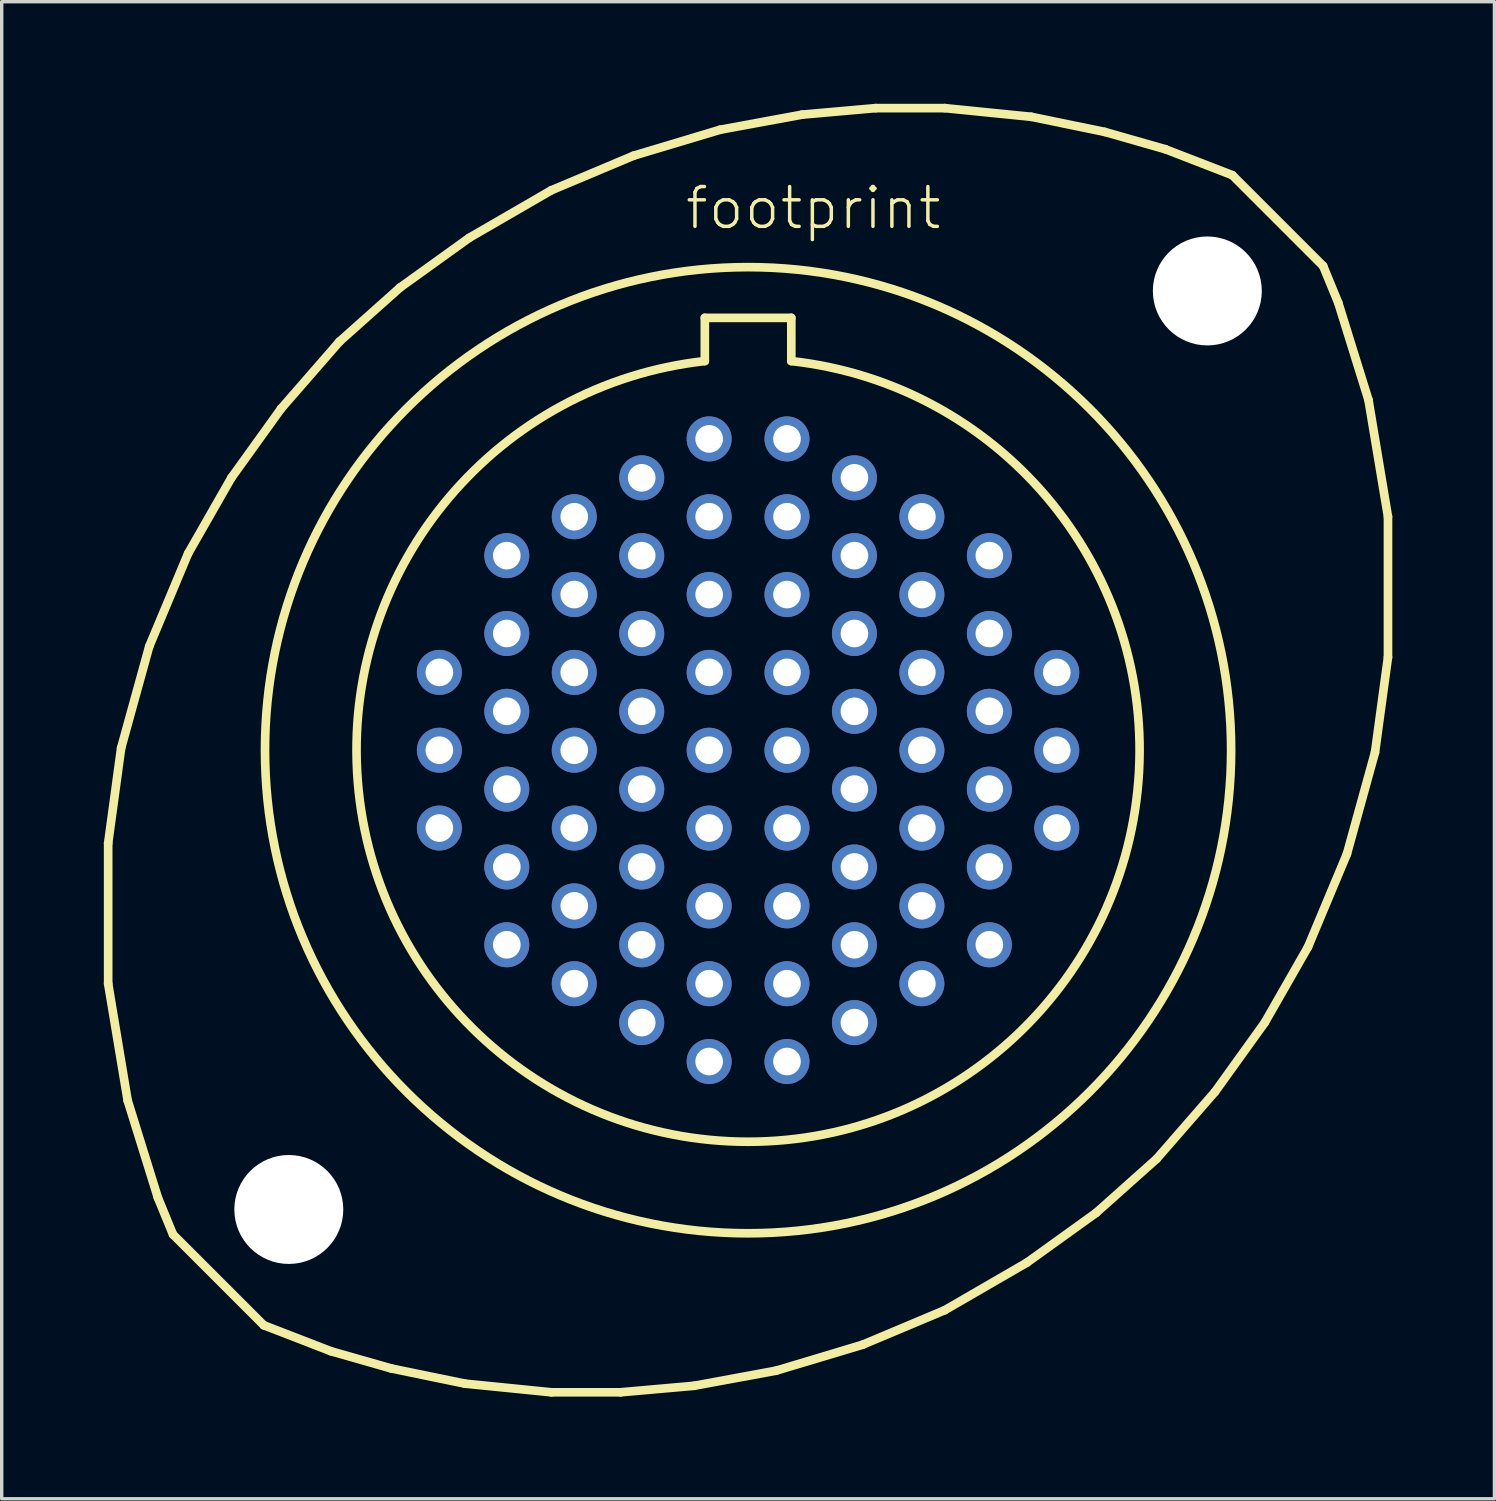
<source format=kicad_pcb>
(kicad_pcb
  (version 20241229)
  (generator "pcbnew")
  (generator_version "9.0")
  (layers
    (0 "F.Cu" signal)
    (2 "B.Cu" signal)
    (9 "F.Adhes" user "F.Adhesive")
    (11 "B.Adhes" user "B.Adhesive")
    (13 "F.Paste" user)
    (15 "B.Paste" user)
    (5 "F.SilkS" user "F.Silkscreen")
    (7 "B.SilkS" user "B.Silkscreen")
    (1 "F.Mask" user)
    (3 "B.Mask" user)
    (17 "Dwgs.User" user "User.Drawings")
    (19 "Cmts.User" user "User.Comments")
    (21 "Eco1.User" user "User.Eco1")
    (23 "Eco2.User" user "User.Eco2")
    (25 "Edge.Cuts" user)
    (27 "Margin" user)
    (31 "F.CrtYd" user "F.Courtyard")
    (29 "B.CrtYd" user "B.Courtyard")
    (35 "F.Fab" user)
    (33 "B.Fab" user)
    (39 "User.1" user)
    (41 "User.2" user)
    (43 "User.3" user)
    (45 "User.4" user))
  (footprint "footprint"
    (layer "F.Cu")
    (at 18.923 18.986)
    (property "Reference" "footprint" (at -1.905 -15.24 0) (layer "F.SilkS") (effects (font (size 1.168 1.168) (thickness 0.102)) (justify left bottom)))
    (fp_line (start -18.796 2.731) (end -18.415 -0.064) (stroke (width 0.254) (type solid)) (layer "F.SilkS"))
    (fp_line (start -18.796 6.858) (end -18.796 2.731) (stroke (width 0.254) (type solid)) (layer "F.SilkS"))
    (fp_line (start -18.415 -0.064) (end -17.59 -3.048) (stroke (width 0.254) (type solid)) (layer "F.SilkS"))
    (fp_line (start -18.224 10.287) (end -18.796 6.858) (stroke (width 0.254) (type solid)) (layer "F.SilkS"))
    (fp_line (start -17.59 -3.048) (end -16.447 -5.779) (stroke (width 0.254) (type solid)) (layer "F.SilkS"))
    (fp_line (start -17.335 13.145) (end -18.224 10.287) (stroke (width 0.254) (type solid)) (layer "F.SilkS"))
    (fp_line (start -16.891 14.224) (end -17.335 13.145) (stroke (width 0.254) (type solid)) (layer "F.SilkS"))
    (fp_line (start -16.891 14.224) (end -14.224 16.891) (stroke (width 0.254) (type solid)) (layer "F.SilkS"))
    (fp_line (start -16.447 -5.779) (end -15.177 -8.001) (stroke (width 0.254) (type solid)) (layer "F.SilkS"))
    (fp_line (start -15.177 -8.001) (end -13.716 -10.033) (stroke (width 0.254) (type solid)) (layer "F.SilkS"))
    (fp_line (start -13.716 -10.033) (end -12.002 -12.002) (stroke (width 0.254) (type solid)) (layer "F.SilkS"))
    (fp_line (start -12.255 17.653) (end -14.224 16.891) (stroke (width 0.254) (type solid)) (layer "F.SilkS"))
    (fp_line (start -12.002 -12.002) (end -10.223 -13.589) (stroke (width 0.254) (type solid)) (layer "F.SilkS"))
    (fp_line (start -10.477 18.161) (end -12.255 17.653) (stroke (width 0.254) (type solid)) (layer "F.SilkS"))
    (fp_line (start -10.223 -13.589) (end -8.191 -15.05) (stroke (width 0.254) (type solid)) (layer "F.SilkS"))
    (fp_line (start -8.319 18.605) (end -10.477 18.161) (stroke (width 0.254) (type solid)) (layer "F.SilkS"))
    (fp_line (start -8.191 -15.05) (end -5.779 -16.447) (stroke (width 0.254) (type solid)) (layer "F.SilkS"))
    (fp_line (start -5.779 -16.447) (end -3.365 -17.462) (stroke (width 0.254) (type solid)) (layer "F.SilkS"))
    (fp_line (start -5.779 18.86) (end -8.319 18.605) (stroke (width 0.254) (type solid)) (layer "F.SilkS"))
    (fp_line (start -3.747 18.86) (end -5.779 18.86) (stroke (width 0.254) (type solid)) (layer "F.SilkS"))
    (fp_line (start -3.365 -17.462) (end -0.826 -18.224) (stroke (width 0.254) (type solid)) (layer "F.SilkS"))
    (fp_line (start -1.587 18.669) (end -3.747 18.86) (stroke (width 0.254) (type solid)) (layer "F.SilkS"))
    (fp_line (start -1.27 -12.7) (end 1.27 -12.7) (stroke (width 0.254) (type solid)) (layer "F.SilkS"))
    (fp_line (start -1.27 -11.43) (end -1.27 -12.7) (stroke (width 0.254) (type solid)) (layer "F.SilkS"))
    (fp_line (start -0.826 -18.224) (end 1.587 -18.669) (stroke (width 0.254) (type solid)) (layer "F.SilkS"))
    (fp_line (start 0.826 18.224) (end -1.587 18.669) (stroke (width 0.254) (type solid)) (layer "F.SilkS"))
    (fp_line (start 1.27 -12.7) (end 1.27 -11.43) (stroke (width 0.254) (type solid)) (layer "F.SilkS"))
    (fp_line (start 1.587 -18.669) (end 3.747 -18.86) (stroke (width 0.254) (type solid)) (layer "F.SilkS"))
    (fp_line (start 3.365 17.462) (end 0.826 18.224) (stroke (width 0.254) (type solid)) (layer "F.SilkS"))
    (fp_line (start 3.747 -18.86) (end 5.779 -18.86) (stroke (width 0.254) (type solid)) (layer "F.SilkS"))
    (fp_line (start 5.779 -18.86) (end 8.319 -18.605) (stroke (width 0.254) (type solid)) (layer "F.SilkS"))
    (fp_line (start 5.779 16.447) (end 3.365 17.462) (stroke (width 0.254) (type solid)) (layer "F.SilkS"))
    (fp_line (start 8.191 15.05) (end 5.779 16.447) (stroke (width 0.254) (type solid)) (layer "F.SilkS"))
    (fp_line (start 8.319 -18.605) (end 10.477 -18.161) (stroke (width 0.254) (type solid)) (layer "F.SilkS"))
    (fp_line (start 10.223 13.589) (end 8.191 15.05) (stroke (width 0.254) (type solid)) (layer "F.SilkS"))
    (fp_line (start 10.477 -18.161) (end 12.255 -17.653) (stroke (width 0.254) (type solid)) (layer "F.SilkS"))
    (fp_line (start 12.002 12.002) (end 10.223 13.589) (stroke (width 0.254) (type solid)) (layer "F.SilkS"))
    (fp_line (start 12.255 -17.653) (end 14.224 -16.891) (stroke (width 0.254) (type solid)) (layer "F.SilkS"))
    (fp_line (start 13.716 10.033) (end 12.002 12.002) (stroke (width 0.254) (type solid)) (layer "F.SilkS"))
    (fp_line (start 14.224 -16.891) (end 16.891 -14.224) (stroke (width 0.254) (type solid)) (layer "F.SilkS"))
    (fp_line (start 15.177 8.001) (end 13.716 10.033) (stroke (width 0.254) (type solid)) (layer "F.SilkS"))
    (fp_line (start 16.447 5.779) (end 15.177 8.001) (stroke (width 0.254) (type solid)) (layer "F.SilkS"))
    (fp_line (start 16.891 -14.224) (end 17.335 -13.145) (stroke (width 0.254) (type solid)) (layer "F.SilkS"))
    (fp_line (start 17.335 -13.145) (end 18.224 -10.287) (stroke (width 0.254) (type solid)) (layer "F.SilkS"))
    (fp_line (start 17.59 3.048) (end 16.447 5.779) (stroke (width 0.254) (type solid)) (layer "F.SilkS"))
    (fp_line (start 18.224 -10.287) (end 18.796 -6.858) (stroke (width 0.254) (type solid)) (layer "F.SilkS"))
    (fp_line (start 18.415 0.064) (end 17.59 3.048) (stroke (width 0.254) (type solid)) (layer "F.SilkS"))
    (fp_line (start 18.796 -6.858) (end 18.796 -2.731) (stroke (width 0.254) (type solid)) (layer "F.SilkS"))
    (fp_line (start 18.796 -2.731) (end 18.415 0.064) (stroke (width 0.254) (type solid)) (layer "F.SilkS"))
    (fp_arc (start 1.27 -11.43) (mid 0 11.500339) (end -1.27 -11.43) (stroke (width 0.254) (type solid)) (layer "F.SilkS"))
    (fp_circle (center 0 0) (end 14.189 0) (stroke (width 0.254) (type solid)) (fill no) (layer "F.SilkS"))
    (pad "" np_thru_hole circle (at -13.49 13.49) (size 3.2 3.2) (drill 3.2) (layers "*.Cu" "*.Mask"))
    (pad "" np_thru_hole circle (at 13.49 -13.49) (size 3.2 3.2) (drill 3.2) (layers "*.Cu" "*.Mask"))
    (pad "1" thru_hole circle (at -9.068 -2.286) (size 1.321 1.321) (drill 0.813) (layers "*.Cu" "*.Mask"))
    (pad "2" thru_hole circle (at -9.068 0) (size 1.321 1.321) (drill 0.813) (layers "*.Cu" "*.Mask"))
    (pad "3" thru_hole circle (at -9.068 2.286) (size 1.321 1.321) (drill 0.813) (layers "*.Cu" "*.Mask"))
    (pad "4" thru_hole circle (at -7.087 -5.715) (size 1.321 1.321) (drill 0.813) (layers "*.Cu" "*.Mask"))
    (pad "5" thru_hole circle (at -7.087 -3.429) (size 1.321 1.321) (drill 0.813) (layers "*.Cu" "*.Mask"))
    (pad "6" thru_hole circle (at -7.087 -1.143) (size 1.321 1.321) (drill 0.813) (layers "*.Cu" "*.Mask"))
    (pad "7" thru_hole circle (at -7.087 1.143) (size 1.321 1.321) (drill 0.813) (layers "*.Cu" "*.Mask"))
    (pad "8" thru_hole circle (at -7.087 3.429) (size 1.321 1.321) (drill 0.813) (layers "*.Cu" "*.Mask"))
    (pad "9" thru_hole circle (at -7.087 5.715) (size 1.321 1.321) (drill 0.813) (layers "*.Cu" "*.Mask"))
    (pad "10" thru_hole circle (at -5.105 -6.858) (size 1.321 1.321) (drill 0.813) (layers "*.Cu" "*.Mask"))
    (pad "11" thru_hole circle (at -5.105 -4.572) (size 1.321 1.321) (drill 0.813) (layers "*.Cu" "*.Mask"))
    (pad "12" thru_hole circle (at -5.105 -2.286) (size 1.321 1.321) (drill 0.813) (layers "*.Cu" "*.Mask"))
    (pad "13" thru_hole circle (at -5.105 0) (size 1.321 1.321) (drill 0.813) (layers "*.Cu" "*.Mask"))
    (pad "14" thru_hole circle (at -5.105 2.286) (size 1.321 1.321) (drill 0.813) (layers "*.Cu" "*.Mask"))
    (pad "15" thru_hole circle (at -5.105 4.572) (size 1.321 1.321) (drill 0.813) (layers "*.Cu" "*.Mask"))
    (pad "16" thru_hole circle (at -5.105 6.858) (size 1.321 1.321) (drill 0.813) (layers "*.Cu" "*.Mask"))
    (pad "17" thru_hole circle (at -3.124 -8.001) (size 1.321 1.321) (drill 0.813) (layers "*.Cu" "*.Mask"))
    (pad "18" thru_hole circle (at -3.124 -5.715) (size 1.321 1.321) (drill 0.813) (layers "*.Cu" "*.Mask"))
    (pad "19" thru_hole circle (at -3.124 -3.429) (size 1.321 1.321) (drill 0.813) (layers "*.Cu" "*.Mask"))
    (pad "20" thru_hole circle (at -3.124 -1.143) (size 1.321 1.321) (drill 0.813) (layers "*.Cu" "*.Mask"))
    (pad "21" thru_hole circle (at -3.124 1.143) (size 1.321 1.321) (drill 0.813) (layers "*.Cu" "*.Mask"))
    (pad "22" thru_hole circle (at -3.124 3.429) (size 1.321 1.321) (drill 0.813) (layers "*.Cu" "*.Mask"))
    (pad "23" thru_hole circle (at -3.124 5.715) (size 1.321 1.321) (drill 0.813) (layers "*.Cu" "*.Mask"))
    (pad "24" thru_hole circle (at -3.124 8.001) (size 1.321 1.321) (drill 0.813) (layers "*.Cu" "*.Mask"))
    (pad "25" thru_hole circle (at -1.143 -9.144) (size 1.321 1.321) (drill 0.813) (layers "*.Cu" "*.Mask"))
    (pad "26" thru_hole circle (at -1.143 -6.858) (size 1.321 1.321) (drill 0.813) (layers "*.Cu" "*.Mask"))
    (pad "27" thru_hole circle (at -1.143 -4.572) (size 1.321 1.321) (drill 0.813) (layers "*.Cu" "*.Mask"))
    (pad "28" thru_hole circle (at -1.143 -2.286) (size 1.321 1.321) (drill 0.813) (layers "*.Cu" "*.Mask"))
    (pad "29" thru_hole circle (at -1.143 0) (size 1.321 1.321) (drill 0.813) (layers "*.Cu" "*.Mask"))
    (pad "30" thru_hole circle (at -1.143 2.286) (size 1.321 1.321) (drill 0.813) (layers "*.Cu" "*.Mask"))
    (pad "31" thru_hole circle (at -1.143 4.572) (size 1.321 1.321) (drill 0.813) (layers "*.Cu" "*.Mask"))
    (pad "32" thru_hole circle (at -1.143 6.858) (size 1.321 1.321) (drill 0.813) (layers "*.Cu" "*.Mask"))
    (pad "33" thru_hole circle (at -1.143 9.144) (size 1.321 1.321) (drill 0.813) (layers "*.Cu" "*.Mask"))
    (pad "34" thru_hole circle (at 1.143 -9.144) (size 1.321 1.321) (drill 0.813) (layers "*.Cu" "*.Mask"))
    (pad "35" thru_hole circle (at 1.143 -6.858) (size 1.321 1.321) (drill 0.813) (layers "*.Cu" "*.Mask"))
    (pad "36" thru_hole circle (at 1.143 -4.572) (size 1.321 1.321) (drill 0.813) (layers "*.Cu" "*.Mask"))
    (pad "37" thru_hole circle (at 1.143 -2.286) (size 1.321 1.321) (drill 0.813) (layers "*.Cu" "*.Mask"))
    (pad "38" thru_hole circle (at 1.143 0) (size 1.321 1.321) (drill 0.813) (layers "*.Cu" "*.Mask"))
    (pad "39" thru_hole circle (at 1.143 2.286) (size 1.321 1.321) (drill 0.813) (layers "*.Cu" "*.Mask"))
    (pad "40" thru_hole circle (at 1.143 4.572) (size 1.321 1.321) (drill 0.813) (layers "*.Cu" "*.Mask"))
    (pad "41" thru_hole circle (at 1.143 6.858) (size 1.321 1.321) (drill 0.813) (layers "*.Cu" "*.Mask"))
    (pad "42" thru_hole circle (at 1.143 9.144) (size 1.321 1.321) (drill 0.813) (layers "*.Cu" "*.Mask"))
    (pad "43" thru_hole circle (at 3.124 -8.001) (size 1.321 1.321) (drill 0.813) (layers "*.Cu" "*.Mask"))
    (pad "44" thru_hole circle (at 3.124 -5.715) (size 1.321 1.321) (drill 0.813) (layers "*.Cu" "*.Mask"))
    (pad "45" thru_hole circle (at 3.124 -3.429) (size 1.321 1.321) (drill 0.813) (layers "*.Cu" "*.Mask"))
    (pad "46" thru_hole circle (at 3.124 -1.143) (size 1.321 1.321) (drill 0.813) (layers "*.Cu" "*.Mask"))
    (pad "47" thru_hole circle (at 3.124 1.143) (size 1.321 1.321) (drill 0.813) (layers "*.Cu" "*.Mask"))
    (pad "48" thru_hole circle (at 3.124 3.429) (size 1.321 1.321) (drill 0.813) (layers "*.Cu" "*.Mask"))
    (pad "49" thru_hole circle (at 3.124 5.715) (size 1.321 1.321) (drill 0.813) (layers "*.Cu" "*.Mask"))
    (pad "50" thru_hole circle (at 3.124 8.001) (size 1.321 1.321) (drill 0.813) (layers "*.Cu" "*.Mask"))
    (pad "51" thru_hole circle (at 5.105 -6.858) (size 1.321 1.321) (drill 0.813) (layers "*.Cu" "*.Mask"))
    (pad "52" thru_hole circle (at 5.105 -4.572) (size 1.321 1.321) (drill 0.813) (layers "*.Cu" "*.Mask"))
    (pad "53" thru_hole circle (at 5.105 -2.286) (size 1.321 1.321) (drill 0.813) (layers "*.Cu" "*.Mask"))
    (pad "54" thru_hole circle (at 5.105 0) (size 1.321 1.321) (drill 0.813) (layers "*.Cu" "*.Mask"))
    (pad "55" thru_hole circle (at 5.105 2.286) (size 1.321 1.321) (drill 0.813) (layers "*.Cu" "*.Mask"))
    (pad "56" thru_hole circle (at 5.105 4.572) (size 1.321 1.321) (drill 0.813) (layers "*.Cu" "*.Mask"))
    (pad "57" thru_hole circle (at 5.105 6.858) (size 1.321 1.321) (drill 0.813) (layers "*.Cu" "*.Mask"))
    (pad "58" thru_hole circle (at 7.087 -5.715) (size 1.321 1.321) (drill 0.813) (layers "*.Cu" "*.Mask"))
    (pad "59" thru_hole circle (at 7.087 -3.429) (size 1.321 1.321) (drill 0.813) (layers "*.Cu" "*.Mask"))
    (pad "60" thru_hole circle (at 7.087 -1.143) (size 1.321 1.321) (drill 0.813) (layers "*.Cu" "*.Mask"))
    (pad "61" thru_hole circle (at 7.087 1.143) (size 1.321 1.321) (drill 0.813) (layers "*.Cu" "*.Mask"))
    (pad "62" thru_hole circle (at 7.087 3.429) (size 1.321 1.321) (drill 0.813) (layers "*.Cu" "*.Mask"))
    (pad "63" thru_hole circle (at 7.087 5.715) (size 1.321 1.321) (drill 0.813) (layers "*.Cu" "*.Mask"))
    (pad "64" thru_hole circle (at 9.068 -2.286) (size 1.321 1.321) (drill 0.813) (layers "*.Cu" "*.Mask"))
    (pad "65" thru_hole circle (at 9.068 0) (size 1.321 1.321) (drill 0.813) (layers "*.Cu" "*.Mask"))
    (pad "66" thru_hole circle (at 9.068 2.286) (size 1.321 1.321) (drill 0.813) (layers "*.Cu" "*.Mask")))
  (gr_rect
    (start -3 -3)
    (end 40.846 40.973)
    (stroke (width 0.1) (type default))
    (fill no)
    (layer "Edge.Cuts")))
</source>
